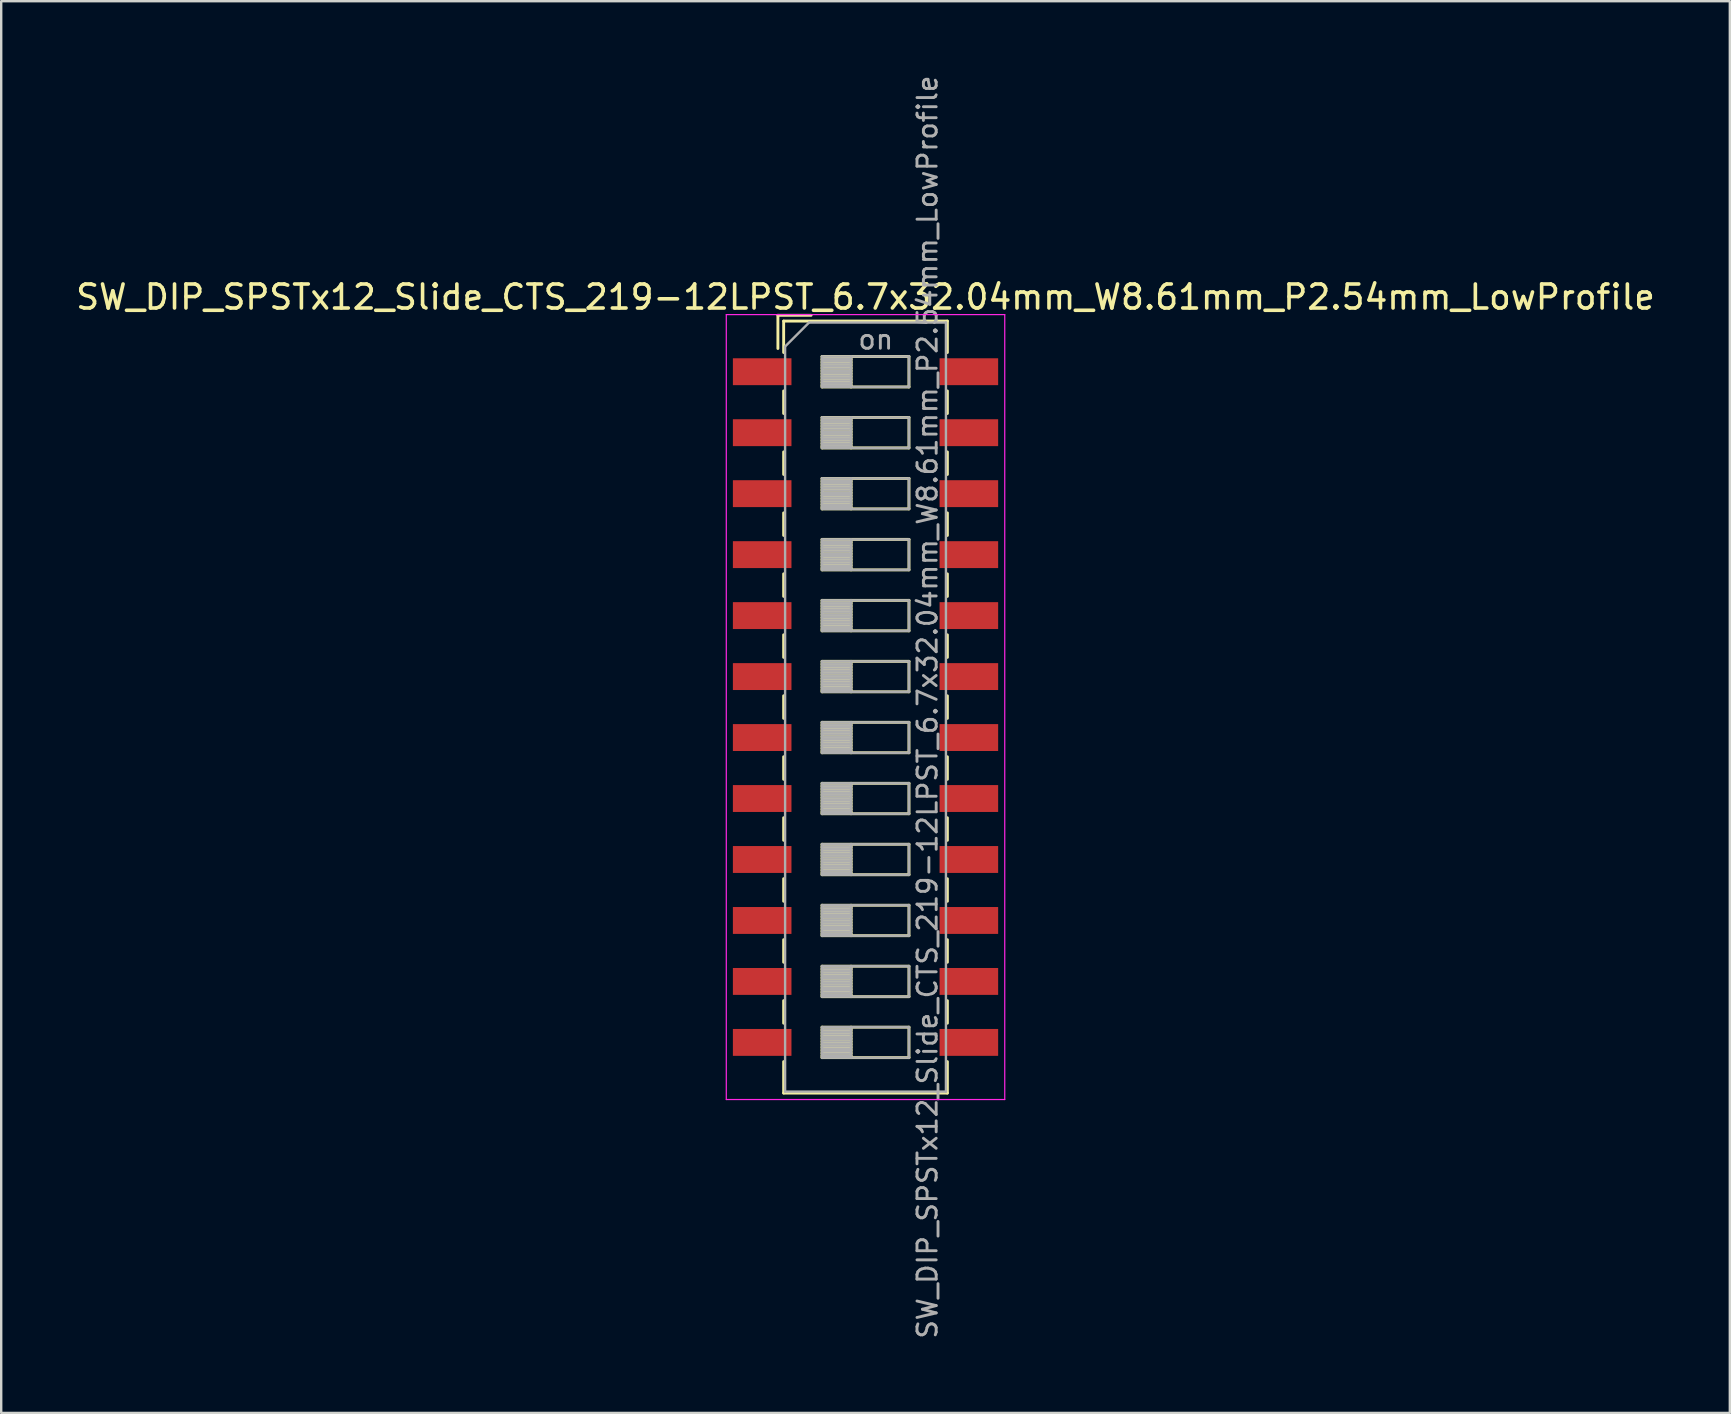
<source format=kicad_pcb>
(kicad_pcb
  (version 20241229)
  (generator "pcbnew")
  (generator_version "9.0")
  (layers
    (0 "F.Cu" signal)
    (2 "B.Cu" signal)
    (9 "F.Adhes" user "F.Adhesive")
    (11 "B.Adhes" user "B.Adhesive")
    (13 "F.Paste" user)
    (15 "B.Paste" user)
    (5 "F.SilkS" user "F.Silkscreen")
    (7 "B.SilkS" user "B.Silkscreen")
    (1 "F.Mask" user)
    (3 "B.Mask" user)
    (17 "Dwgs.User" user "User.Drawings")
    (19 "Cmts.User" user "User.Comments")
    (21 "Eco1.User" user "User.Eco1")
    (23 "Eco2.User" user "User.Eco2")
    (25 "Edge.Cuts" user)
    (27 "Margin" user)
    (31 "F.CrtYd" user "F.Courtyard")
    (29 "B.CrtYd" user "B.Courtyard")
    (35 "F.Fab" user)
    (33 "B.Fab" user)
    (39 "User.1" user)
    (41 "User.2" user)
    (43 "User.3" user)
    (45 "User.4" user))
  (footprint "SW_DIP_SPSTx12_Slide_CTS_219-12LPST_6.7x32.04mm_W8.61mm_P2.54mm_LowProfile"
    (layer "F.Cu")
    (at 33.006 26.405)
    (property "Reference" "SW_DIP_SPSTx12_Slide_CTS_219-12LPST_6.7x32.04mm_W8.61mm_P2.54mm_LowProfile" (at 0 -17.08 0) (layer "F.SilkS") (effects (font (size 1 1) (thickness 0.15))))
    (attr smd)
    (fp_line (start -3.65 -16.32) (end -3.65 -14.937) (stroke (width 0.12) (type solid)) (layer "F.SilkS"))
    (fp_line (start -3.65 -16.32) (end -2.267 -16.32) (stroke (width 0.12) (type solid)) (layer "F.SilkS"))
    (fp_line (start -3.41 -16.08) (end -3.41 -14.77) (stroke (width 0.12) (type solid)) (layer "F.SilkS"))
    (fp_line (start -3.41 -16.08) (end 3.41 -16.08) (stroke (width 0.12) (type solid)) (layer "F.SilkS"))
    (fp_line (start -3.41 -13.17) (end -3.41 -12.23) (stroke (width 0.12) (type solid)) (layer "F.SilkS"))
    (fp_line (start -3.41 -10.63) (end -3.41 -9.69) (stroke (width 0.12) (type solid)) (layer "F.SilkS"))
    (fp_line (start -3.41 -8.09) (end -3.41 -7.15) (stroke (width 0.12) (type solid)) (layer "F.SilkS"))
    (fp_line (start -3.41 -5.55) (end -3.41 -4.61) (stroke (width 0.12) (type solid)) (layer "F.SilkS"))
    (fp_line (start -3.41 -3.01) (end -3.41 -2.07) (stroke (width 0.12) (type solid)) (layer "F.SilkS"))
    (fp_line (start -3.41 -0.47) (end -3.41 0.47) (stroke (width 0.12) (type solid)) (layer "F.SilkS"))
    (fp_line (start -3.41 2.07) (end -3.41 3.01) (stroke (width 0.12) (type solid)) (layer "F.SilkS"))
    (fp_line (start -3.41 4.61) (end -3.41 5.55) (stroke (width 0.12) (type solid)) (layer "F.SilkS"))
    (fp_line (start -3.41 7.15) (end -3.41 8.09) (stroke (width 0.12) (type solid)) (layer "F.SilkS"))
    (fp_line (start -3.41 9.69) (end -3.41 10.63) (stroke (width 0.12) (type solid)) (layer "F.SilkS"))
    (fp_line (start -3.41 12.23) (end -3.41 13.17) (stroke (width 0.12) (type solid)) (layer "F.SilkS"))
    (fp_line (start -3.41 14.77) (end -3.41 16.08) (stroke (width 0.12) (type solid)) (layer "F.SilkS"))
    (fp_line (start -3.41 16.08) (end 3.41 16.08) (stroke (width 0.12) (type solid)) (layer "F.SilkS"))
    (fp_line (start -1.81 -14.605) (end -1.81 -13.335) (stroke (width 0.12) (type solid)) (layer "F.SilkS"))
    (fp_line (start -1.81 -14.485) (end -0.603 -14.485) (stroke (width 0.12) (type solid)) (layer "F.SilkS"))
    (fp_line (start -1.81 -14.365) (end -0.603 -14.365) (stroke (width 0.12) (type solid)) (layer "F.SilkS"))
    (fp_line (start -1.81 -14.245) (end -0.603 -14.245) (stroke (width 0.12) (type solid)) (layer "F.SilkS"))
    (fp_line (start -1.81 -14.125) (end -0.603 -14.125) (stroke (width 0.12) (type solid)) (layer "F.SilkS"))
    (fp_line (start -1.81 -14.005) (end -0.603 -14.005) (stroke (width 0.12) (type solid)) (layer "F.SilkS"))
    (fp_line (start -1.81 -13.885) (end -0.603 -13.885) (stroke (width 0.12) (type solid)) (layer "F.SilkS"))
    (fp_line (start -1.81 -13.765) (end -0.603 -13.765) (stroke (width 0.12) (type solid)) (layer "F.SilkS"))
    (fp_line (start -1.81 -13.645) (end -0.603 -13.645) (stroke (width 0.12) (type solid)) (layer "F.SilkS"))
    (fp_line (start -1.81 -13.525) (end -0.603 -13.525) (stroke (width 0.12) (type solid)) (layer "F.SilkS"))
    (fp_line (start -1.81 -13.405) (end -0.603 -13.405) (stroke (width 0.12) (type solid)) (layer "F.SilkS"))
    (fp_line (start -1.81 -13.335) (end 1.81 -13.335) (stroke (width 0.12) (type solid)) (layer "F.SilkS"))
    (fp_line (start -1.81 -12.065) (end -1.81 -10.795) (stroke (width 0.12) (type solid)) (layer "F.SilkS"))
    (fp_line (start -1.81 -11.945) (end -0.603 -11.945) (stroke (width 0.12) (type solid)) (layer "F.SilkS"))
    (fp_line (start -1.81 -11.825) (end -0.603 -11.825) (stroke (width 0.12) (type solid)) (layer "F.SilkS"))
    (fp_line (start -1.81 -11.705) (end -0.603 -11.705) (stroke (width 0.12) (type solid)) (layer "F.SilkS"))
    (fp_line (start -1.81 -11.585) (end -0.603 -11.585) (stroke (width 0.12) (type solid)) (layer "F.SilkS"))
    (fp_line (start -1.81 -11.465) (end -0.603 -11.465) (stroke (width 0.12) (type solid)) (layer "F.SilkS"))
    (fp_line (start -1.81 -11.345) (end -0.603 -11.345) (stroke (width 0.12) (type solid)) (layer "F.SilkS"))
    (fp_line (start -1.81 -11.225) (end -0.603 -11.225) (stroke (width 0.12) (type solid)) (layer "F.SilkS"))
    (fp_line (start -1.81 -11.105) (end -0.603 -11.105) (stroke (width 0.12) (type solid)) (layer "F.SilkS"))
    (fp_line (start -1.81 -10.985) (end -0.603 -10.985) (stroke (width 0.12) (type solid)) (layer "F.SilkS"))
    (fp_line (start -1.81 -10.865) (end -0.603 -10.865) (stroke (width 0.12) (type solid)) (layer "F.SilkS"))
    (fp_line (start -1.81 -10.795) (end 1.81 -10.795) (stroke (width 0.12) (type solid)) (layer "F.SilkS"))
    (fp_line (start -1.81 -9.525) (end -1.81 -8.255) (stroke (width 0.12) (type solid)) (layer "F.SilkS"))
    (fp_line (start -1.81 -9.405) (end -0.603 -9.405) (stroke (width 0.12) (type solid)) (layer "F.SilkS"))
    (fp_line (start -1.81 -9.285) (end -0.603 -9.285) (stroke (width 0.12) (type solid)) (layer "F.SilkS"))
    (fp_line (start -1.81 -9.165) (end -0.603 -9.165) (stroke (width 0.12) (type solid)) (layer "F.SilkS"))
    (fp_line (start -1.81 -9.045) (end -0.603 -9.045) (stroke (width 0.12) (type solid)) (layer "F.SilkS"))
    (fp_line (start -1.81 -8.925) (end -0.603 -8.925) (stroke (width 0.12) (type solid)) (layer "F.SilkS"))
    (fp_line (start -1.81 -8.805) (end -0.603 -8.805) (stroke (width 0.12) (type solid)) (layer "F.SilkS"))
    (fp_line (start -1.81 -8.685) (end -0.603 -8.685) (stroke (width 0.12) (type solid)) (layer "F.SilkS"))
    (fp_line (start -1.81 -8.565) (end -0.603 -8.565) (stroke (width 0.12) (type solid)) (layer "F.SilkS"))
    (fp_line (start -1.81 -8.445) (end -0.603 -8.445) (stroke (width 0.12) (type solid)) (layer "F.SilkS"))
    (fp_line (start -1.81 -8.325) (end -0.603 -8.325) (stroke (width 0.12) (type solid)) (layer "F.SilkS"))
    (fp_line (start -1.81 -8.255) (end 1.81 -8.255) (stroke (width 0.12) (type solid)) (layer "F.SilkS"))
    (fp_line (start -1.81 -6.985) (end -1.81 -5.715) (stroke (width 0.12) (type solid)) (layer "F.SilkS"))
    (fp_line (start -1.81 -6.865) (end -0.603 -6.865) (stroke (width 0.12) (type solid)) (layer "F.SilkS"))
    (fp_line (start -1.81 -6.745) (end -0.603 -6.745) (stroke (width 0.12) (type solid)) (layer "F.SilkS"))
    (fp_line (start -1.81 -6.625) (end -0.603 -6.625) (stroke (width 0.12) (type solid)) (layer "F.SilkS"))
    (fp_line (start -1.81 -6.505) (end -0.603 -6.505) (stroke (width 0.12) (type solid)) (layer "F.SilkS"))
    (fp_line (start -1.81 -6.385) (end -0.603 -6.385) (stroke (width 0.12) (type solid)) (layer "F.SilkS"))
    (fp_line (start -1.81 -6.265) (end -0.603 -6.265) (stroke (width 0.12) (type solid)) (layer "F.SilkS"))
    (fp_line (start -1.81 -6.145) (end -0.603 -6.145) (stroke (width 0.12) (type solid)) (layer "F.SilkS"))
    (fp_line (start -1.81 -6.025) (end -0.603 -6.025) (stroke (width 0.12) (type solid)) (layer "F.SilkS"))
    (fp_line (start -1.81 -5.905) (end -0.603 -5.905) (stroke (width 0.12) (type solid)) (layer "F.SilkS"))
    (fp_line (start -1.81 -5.785) (end -0.603 -5.785) (stroke (width 0.12) (type solid)) (layer "F.SilkS"))
    (fp_line (start -1.81 -5.715) (end 1.81 -5.715) (stroke (width 0.12) (type solid)) (layer "F.SilkS"))
    (fp_line (start -1.81 -4.445) (end -1.81 -3.175) (stroke (width 0.12) (type solid)) (layer "F.SilkS"))
    (fp_line (start -1.81 -4.325) (end -0.603 -4.325) (stroke (width 0.12) (type solid)) (layer "F.SilkS"))
    (fp_line (start -1.81 -4.205) (end -0.603 -4.205) (stroke (width 0.12) (type solid)) (layer "F.SilkS"))
    (fp_line (start -1.81 -4.085) (end -0.603 -4.085) (stroke (width 0.12) (type solid)) (layer "F.SilkS"))
    (fp_line (start -1.81 -3.965) (end -0.603 -3.965) (stroke (width 0.12) (type solid)) (layer "F.SilkS"))
    (fp_line (start -1.81 -3.845) (end -0.603 -3.845) (stroke (width 0.12) (type solid)) (layer "F.SilkS"))
    (fp_line (start -1.81 -3.725) (end -0.603 -3.725) (stroke (width 0.12) (type solid)) (layer "F.SilkS"))
    (fp_line (start -1.81 -3.605) (end -0.603 -3.605) (stroke (width 0.12) (type solid)) (layer "F.SilkS"))
    (fp_line (start -1.81 -3.485) (end -0.603 -3.485) (stroke (width 0.12) (type solid)) (layer "F.SilkS"))
    (fp_line (start -1.81 -3.365) (end -0.603 -3.365) (stroke (width 0.12) (type solid)) (layer "F.SilkS"))
    (fp_line (start -1.81 -3.245) (end -0.603 -3.245) (stroke (width 0.12) (type solid)) (layer "F.SilkS"))
    (fp_line (start -1.81 -3.175) (end 1.81 -3.175) (stroke (width 0.12) (type solid)) (layer "F.SilkS"))
    (fp_line (start -1.81 -1.905) (end -1.81 -0.635) (stroke (width 0.12) (type solid)) (layer "F.SilkS"))
    (fp_line (start -1.81 -1.785) (end -0.603 -1.785) (stroke (width 0.12) (type solid)) (layer "F.SilkS"))
    (fp_line (start -1.81 -1.665) (end -0.603 -1.665) (stroke (width 0.12) (type solid)) (layer "F.SilkS"))
    (fp_line (start -1.81 -1.545) (end -0.603 -1.545) (stroke (width 0.12) (type solid)) (layer "F.SilkS"))
    (fp_line (start -1.81 -1.425) (end -0.603 -1.425) (stroke (width 0.12) (type solid)) (layer "F.SilkS"))
    (fp_line (start -1.81 -1.305) (end -0.603 -1.305) (stroke (width 0.12) (type solid)) (layer "F.SilkS"))
    (fp_line (start -1.81 -1.185) (end -0.603 -1.185) (stroke (width 0.12) (type solid)) (layer "F.SilkS"))
    (fp_line (start -1.81 -1.065) (end -0.603 -1.065) (stroke (width 0.12) (type solid)) (layer "F.SilkS"))
    (fp_line (start -1.81 -0.945) (end -0.603 -0.945) (stroke (width 0.12) (type solid)) (layer "F.SilkS"))
    (fp_line (start -1.81 -0.825) (end -0.603 -0.825) (stroke (width 0.12) (type solid)) (layer "F.SilkS"))
    (fp_line (start -1.81 -0.705) (end -0.603 -0.705) (stroke (width 0.12) (type solid)) (layer "F.SilkS"))
    (fp_line (start -1.81 -0.635) (end 1.81 -0.635) (stroke (width 0.12) (type solid)) (layer "F.SilkS"))
    (fp_line (start -1.81 0.635) (end -1.81 1.905) (stroke (width 0.12) (type solid)) (layer "F.SilkS"))
    (fp_line (start -1.81 0.755) (end -0.603 0.755) (stroke (width 0.12) (type solid)) (layer "F.SilkS"))
    (fp_line (start -1.81 0.875) (end -0.603 0.875) (stroke (width 0.12) (type solid)) (layer "F.SilkS"))
    (fp_line (start -1.81 0.995) (end -0.603 0.995) (stroke (width 0.12) (type solid)) (layer "F.SilkS"))
    (fp_line (start -1.81 1.115) (end -0.603 1.115) (stroke (width 0.12) (type solid)) (layer "F.SilkS"))
    (fp_line (start -1.81 1.235) (end -0.603 1.235) (stroke (width 0.12) (type solid)) (layer "F.SilkS"))
    (fp_line (start -1.81 1.355) (end -0.603 1.355) (stroke (width 0.12) (type solid)) (layer "F.SilkS"))
    (fp_line (start -1.81 1.475) (end -0.603 1.475) (stroke (width 0.12) (type solid)) (layer "F.SilkS"))
    (fp_line (start -1.81 1.595) (end -0.603 1.595) (stroke (width 0.12) (type solid)) (layer "F.SilkS"))
    (fp_line (start -1.81 1.715) (end -0.603 1.715) (stroke (width 0.12) (type solid)) (layer "F.SilkS"))
    (fp_line (start -1.81 1.835) (end -0.603 1.835) (stroke (width 0.12) (type solid)) (layer "F.SilkS"))
    (fp_line (start -1.81 1.905) (end 1.81 1.905) (stroke (width 0.12) (type solid)) (layer "F.SilkS"))
    (fp_line (start -1.81 3.175) (end -1.81 4.445) (stroke (width 0.12) (type solid)) (layer "F.SilkS"))
    (fp_line (start -1.81 3.295) (end -0.603 3.295) (stroke (width 0.12) (type solid)) (layer "F.SilkS"))
    (fp_line (start -1.81 3.415) (end -0.603 3.415) (stroke (width 0.12) (type solid)) (layer "F.SilkS"))
    (fp_line (start -1.81 3.535) (end -0.603 3.535) (stroke (width 0.12) (type solid)) (layer "F.SilkS"))
    (fp_line (start -1.81 3.655) (end -0.603 3.655) (stroke (width 0.12) (type solid)) (layer "F.SilkS"))
    (fp_line (start -1.81 3.775) (end -0.603 3.775) (stroke (width 0.12) (type solid)) (layer "F.SilkS"))
    (fp_line (start -1.81 3.895) (end -0.603 3.895) (stroke (width 0.12) (type solid)) (layer "F.SilkS"))
    (fp_line (start -1.81 4.015) (end -0.603 4.015) (stroke (width 0.12) (type solid)) (layer "F.SilkS"))
    (fp_line (start -1.81 4.135) (end -0.603 4.135) (stroke (width 0.12) (type solid)) (layer "F.SilkS"))
    (fp_line (start -1.81 4.255) (end -0.603 4.255) (stroke (width 0.12) (type solid)) (layer "F.SilkS"))
    (fp_line (start -1.81 4.375) (end -0.603 4.375) (stroke (width 0.12) (type solid)) (layer "F.SilkS"))
    (fp_line (start -1.81 4.445) (end 1.81 4.445) (stroke (width 0.12) (type solid)) (layer "F.SilkS"))
    (fp_line (start -1.81 5.715) (end -1.81 6.985) (stroke (width 0.12) (type solid)) (layer "F.SilkS"))
    (fp_line (start -1.81 5.835) (end -0.603 5.835) (stroke (width 0.12) (type solid)) (layer "F.SilkS"))
    (fp_line (start -1.81 5.955) (end -0.603 5.955) (stroke (width 0.12) (type solid)) (layer "F.SilkS"))
    (fp_line (start -1.81 6.075) (end -0.603 6.075) (stroke (width 0.12) (type solid)) (layer "F.SilkS"))
    (fp_line (start -1.81 6.195) (end -0.603 6.195) (stroke (width 0.12) (type solid)) (layer "F.SilkS"))
    (fp_line (start -1.81 6.315) (end -0.603 6.315) (stroke (width 0.12) (type solid)) (layer "F.SilkS"))
    (fp_line (start -1.81 6.435) (end -0.603 6.435) (stroke (width 0.12) (type solid)) (layer "F.SilkS"))
    (fp_line (start -1.81 6.555) (end -0.603 6.555) (stroke (width 0.12) (type solid)) (layer "F.SilkS"))
    (fp_line (start -1.81 6.675) (end -0.603 6.675) (stroke (width 0.12) (type solid)) (layer "F.SilkS"))
    (fp_line (start -1.81 6.795) (end -0.603 6.795) (stroke (width 0.12) (type solid)) (layer "F.SilkS"))
    (fp_line (start -1.81 6.915) (end -0.603 6.915) (stroke (width 0.12) (type solid)) (layer "F.SilkS"))
    (fp_line (start -1.81 6.985) (end 1.81 6.985) (stroke (width 0.12) (type solid)) (layer "F.SilkS"))
    (fp_line (start -1.81 8.255) (end -1.81 9.525) (stroke (width 0.12) (type solid)) (layer "F.SilkS"))
    (fp_line (start -1.81 8.375) (end -0.603 8.375) (stroke (width 0.12) (type solid)) (layer "F.SilkS"))
    (fp_line (start -1.81 8.495) (end -0.603 8.495) (stroke (width 0.12) (type solid)) (layer "F.SilkS"))
    (fp_line (start -1.81 8.615) (end -0.603 8.615) (stroke (width 0.12) (type solid)) (layer "F.SilkS"))
    (fp_line (start -1.81 8.735) (end -0.603 8.735) (stroke (width 0.12) (type solid)) (layer "F.SilkS"))
    (fp_line (start -1.81 8.855) (end -0.603 8.855) (stroke (width 0.12) (type solid)) (layer "F.SilkS"))
    (fp_line (start -1.81 8.975) (end -0.603 8.975) (stroke (width 0.12) (type solid)) (layer "F.SilkS"))
    (fp_line (start -1.81 9.095) (end -0.603 9.095) (stroke (width 0.12) (type solid)) (layer "F.SilkS"))
    (fp_line (start -1.81 9.215) (end -0.603 9.215) (stroke (width 0.12) (type solid)) (layer "F.SilkS"))
    (fp_line (start -1.81 9.335) (end -0.603 9.335) (stroke (width 0.12) (type solid)) (layer "F.SilkS"))
    (fp_line (start -1.81 9.455) (end -0.603 9.455) (stroke (width 0.12) (type solid)) (layer "F.SilkS"))
    (fp_line (start -1.81 9.525) (end 1.81 9.525) (stroke (width 0.12) (type solid)) (layer "F.SilkS"))
    (fp_line (start -1.81 10.795) (end -1.81 12.065) (stroke (width 0.12) (type solid)) (layer "F.SilkS"))
    (fp_line (start -1.81 10.915) (end -0.603 10.915) (stroke (width 0.12) (type solid)) (layer "F.SilkS"))
    (fp_line (start -1.81 11.035) (end -0.603 11.035) (stroke (width 0.12) (type solid)) (layer "F.SilkS"))
    (fp_line (start -1.81 11.155) (end -0.603 11.155) (stroke (width 0.12) (type solid)) (layer "F.SilkS"))
    (fp_line (start -1.81 11.275) (end -0.603 11.275) (stroke (width 0.12) (type solid)) (layer "F.SilkS"))
    (fp_line (start -1.81 11.395) (end -0.603 11.395) (stroke (width 0.12) (type solid)) (layer "F.SilkS"))
    (fp_line (start -1.81 11.515) (end -0.603 11.515) (stroke (width 0.12) (type solid)) (layer "F.SilkS"))
    (fp_line (start -1.81 11.635) (end -0.603 11.635) (stroke (width 0.12) (type solid)) (layer "F.SilkS"))
    (fp_line (start -1.81 11.755) (end -0.603 11.755) (stroke (width 0.12) (type solid)) (layer "F.SilkS"))
    (fp_line (start -1.81 11.875) (end -0.603 11.875) (stroke (width 0.12) (type solid)) (layer "F.SilkS"))
    (fp_line (start -1.81 11.995) (end -0.603 11.995) (stroke (width 0.12) (type solid)) (layer "F.SilkS"))
    (fp_line (start -1.81 12.065) (end 1.81 12.065) (stroke (width 0.12) (type solid)) (layer "F.SilkS"))
    (fp_line (start -1.81 13.335) (end -1.81 14.605) (stroke (width 0.12) (type solid)) (layer "F.SilkS"))
    (fp_line (start -1.81 13.455) (end -0.603 13.455) (stroke (width 0.12) (type solid)) (layer "F.SilkS"))
    (fp_line (start -1.81 13.575) (end -0.603 13.575) (stroke (width 0.12) (type solid)) (layer "F.SilkS"))
    (fp_line (start -1.81 13.695) (end -0.603 13.695) (stroke (width 0.12) (type solid)) (layer "F.SilkS"))
    (fp_line (start -1.81 13.815) (end -0.603 13.815) (stroke (width 0.12) (type solid)) (layer "F.SilkS"))
    (fp_line (start -1.81 13.935) (end -0.603 13.935) (stroke (width 0.12) (type solid)) (layer "F.SilkS"))
    (fp_line (start -1.81 14.055) (end -0.603 14.055) (stroke (width 0.12) (type solid)) (layer "F.SilkS"))
    (fp_line (start -1.81 14.175) (end -0.603 14.175) (stroke (width 0.12) (type solid)) (layer "F.SilkS"))
    (fp_line (start -1.81 14.295) (end -0.603 14.295) (stroke (width 0.12) (type solid)) (layer "F.SilkS"))
    (fp_line (start -1.81 14.415) (end -0.603 14.415) (stroke (width 0.12) (type solid)) (layer "F.SilkS"))
    (fp_line (start -1.81 14.535) (end -0.603 14.535) (stroke (width 0.12) (type solid)) (layer "F.SilkS"))
    (fp_line (start -1.81 14.605) (end 1.81 14.605) (stroke (width 0.12) (type solid)) (layer "F.SilkS"))
    (fp_line (start -0.603 -14.605) (end -0.603 -13.335) (stroke (width 0.12) (type solid)) (layer "F.SilkS"))
    (fp_line (start -0.603 -12.065) (end -0.603 -10.795) (stroke (width 0.12) (type solid)) (layer "F.SilkS"))
    (fp_line (start -0.603 -9.525) (end -0.603 -8.255) (stroke (width 0.12) (type solid)) (layer "F.SilkS"))
    (fp_line (start -0.603 -6.985) (end -0.603 -5.715) (stroke (width 0.12) (type solid)) (layer "F.SilkS"))
    (fp_line (start -0.603 -4.445) (end -0.603 -3.175) (stroke (width 0.12) (type solid)) (layer "F.SilkS"))
    (fp_line (start -0.603 -1.905) (end -0.603 -0.635) (stroke (width 0.12) (type solid)) (layer "F.SilkS"))
    (fp_line (start -0.603 0.635) (end -0.603 1.905) (stroke (width 0.12) (type solid)) (layer "F.SilkS"))
    (fp_line (start -0.603 3.175) (end -0.603 4.445) (stroke (width 0.12) (type solid)) (layer "F.SilkS"))
    (fp_line (start -0.603 5.715) (end -0.603 6.985) (stroke (width 0.12) (type solid)) (layer "F.SilkS"))
    (fp_line (start -0.603 8.255) (end -0.603 9.525) (stroke (width 0.12) (type solid)) (layer "F.SilkS"))
    (fp_line (start -0.603 10.795) (end -0.603 12.065) (stroke (width 0.12) (type solid)) (layer "F.SilkS"))
    (fp_line (start -0.603 13.335) (end -0.603 14.605) (stroke (width 0.12) (type solid)) (layer "F.SilkS"))
    (fp_line (start 1.81 -14.605) (end -1.81 -14.605) (stroke (width 0.12) (type solid)) (layer "F.SilkS"))
    (fp_line (start 1.81 -13.335) (end 1.81 -14.605) (stroke (width 0.12) (type solid)) (layer "F.SilkS"))
    (fp_line (start 1.81 -12.065) (end -1.81 -12.065) (stroke (width 0.12) (type solid)) (layer "F.SilkS"))
    (fp_line (start 1.81 -10.795) (end 1.81 -12.065) (stroke (width 0.12) (type solid)) (layer "F.SilkS"))
    (fp_line (start 1.81 -9.525) (end -1.81 -9.525) (stroke (width 0.12) (type solid)) (layer "F.SilkS"))
    (fp_line (start 1.81 -8.255) (end 1.81 -9.525) (stroke (width 0.12) (type solid)) (layer "F.SilkS"))
    (fp_line (start 1.81 -6.985) (end -1.81 -6.985) (stroke (width 0.12) (type solid)) (layer "F.SilkS"))
    (fp_line (start 1.81 -5.715) (end 1.81 -6.985) (stroke (width 0.12) (type solid)) (layer "F.SilkS"))
    (fp_line (start 1.81 -4.445) (end -1.81 -4.445) (stroke (width 0.12) (type solid)) (layer "F.SilkS"))
    (fp_line (start 1.81 -3.175) (end 1.81 -4.445) (stroke (width 0.12) (type solid)) (layer "F.SilkS"))
    (fp_line (start 1.81 -1.905) (end -1.81 -1.905) (stroke (width 0.12) (type solid)) (layer "F.SilkS"))
    (fp_line (start 1.81 -0.635) (end 1.81 -1.905) (stroke (width 0.12) (type solid)) (layer "F.SilkS"))
    (fp_line (start 1.81 0.635) (end -1.81 0.635) (stroke (width 0.12) (type solid)) (layer "F.SilkS"))
    (fp_line (start 1.81 1.905) (end 1.81 0.635) (stroke (width 0.12) (type solid)) (layer "F.SilkS"))
    (fp_line (start 1.81 3.175) (end -1.81 3.175) (stroke (width 0.12) (type solid)) (layer "F.SilkS"))
    (fp_line (start 1.81 4.445) (end 1.81 3.175) (stroke (width 0.12) (type solid)) (layer "F.SilkS"))
    (fp_line (start 1.81 5.715) (end -1.81 5.715) (stroke (width 0.12) (type solid)) (layer "F.SilkS"))
    (fp_line (start 1.81 6.985) (end 1.81 5.715) (stroke (width 0.12) (type solid)) (layer "F.SilkS"))
    (fp_line (start 1.81 8.255) (end -1.81 8.255) (stroke (width 0.12) (type solid)) (layer "F.SilkS"))
    (fp_line (start 1.81 9.525) (end 1.81 8.255) (stroke (width 0.12) (type solid)) (layer "F.SilkS"))
    (fp_line (start 1.81 10.795) (end -1.81 10.795) (stroke (width 0.12) (type solid)) (layer "F.SilkS"))
    (fp_line (start 1.81 12.065) (end 1.81 10.795) (stroke (width 0.12) (type solid)) (layer "F.SilkS"))
    (fp_line (start 1.81 13.335) (end -1.81 13.335) (stroke (width 0.12) (type solid)) (layer "F.SilkS"))
    (fp_line (start 1.81 14.605) (end 1.81 13.335) (stroke (width 0.12) (type solid)) (layer "F.SilkS"))
    (fp_line (start 3.41 -16.08) (end 3.41 -14.77) (stroke (width 0.12) (type solid)) (layer "F.SilkS"))
    (fp_line (start 3.41 -13.169) (end 3.41 -12.229) (stroke (width 0.12) (type solid)) (layer "F.SilkS"))
    (fp_line (start 3.41 -10.629) (end 3.41 -9.689) (stroke (width 0.12) (type solid)) (layer "F.SilkS"))
    (fp_line (start 3.41 -8.089) (end 3.41 -7.149) (stroke (width 0.12) (type solid)) (layer "F.SilkS"))
    (fp_line (start 3.41 -5.549) (end 3.41 -4.609) (stroke (width 0.12) (type solid)) (layer "F.SilkS"))
    (fp_line (start 3.41 -3.009) (end 3.41 -2.069) (stroke (width 0.12) (type solid)) (layer "F.SilkS"))
    (fp_line (start 3.41 -0.469) (end 3.41 0.471) (stroke (width 0.12) (type solid)) (layer "F.SilkS"))
    (fp_line (start 3.41 2.071) (end 3.41 3.011) (stroke (width 0.12) (type solid)) (layer "F.SilkS"))
    (fp_line (start 3.41 4.611) (end 3.41 5.551) (stroke (width 0.12) (type solid)) (layer "F.SilkS"))
    (fp_line (start 3.41 7.151) (end 3.41 8.09) (stroke (width 0.12) (type solid)) (layer "F.SilkS"))
    (fp_line (start 3.41 9.691) (end 3.41 10.63) (stroke (width 0.12) (type solid)) (layer "F.SilkS"))
    (fp_line (start 3.41 12.231) (end 3.41 13.17) (stroke (width 0.12) (type solid)) (layer "F.SilkS"))
    (fp_line (start 3.41 14.77) (end 3.41 16.08) (stroke (width 0.12) (type solid)) (layer "F.SilkS"))
    (fp_line (start -5.8 -16.35) (end -5.8 16.35) (stroke (width 0.05) (type solid)) (layer "F.CrtYd"))
    (fp_line (start -5.8 16.35) (end 5.8 16.35) (stroke (width 0.05) (type solid)) (layer "F.CrtYd"))
    (fp_line (start 5.8 -16.35) (end -5.8 -16.35) (stroke (width 0.05) (type solid)) (layer "F.CrtYd"))
    (fp_line (start 5.8 16.35) (end 5.8 -16.35) (stroke (width 0.05) (type solid)) (layer "F.CrtYd"))
    (fp_line (start -3.35 -15.02) (end -2.35 -16.02) (stroke (width 0.1) (type solid)) (layer "F.Fab"))
    (fp_line (start -3.35 16.02) (end -3.35 -15.02) (stroke (width 0.1) (type solid)) (layer "F.Fab"))
    (fp_line (start -2.35 -16.02) (end 3.35 -16.02) (stroke (width 0.1) (type solid)) (layer "F.Fab"))
    (fp_line (start -1.81 -14.605) (end -1.81 -13.335) (stroke (width 0.1) (type solid)) (layer "F.Fab"))
    (fp_line (start -1.81 -14.505) (end -0.603 -14.505) (stroke (width 0.1) (type solid)) (layer "F.Fab"))
    (fp_line (start -1.81 -14.405) (end -0.603 -14.405) (stroke (width 0.1) (type solid)) (layer "F.Fab"))
    (fp_line (start -1.81 -14.305) (end -0.603 -14.305) (stroke (width 0.1) (type solid)) (layer "F.Fab"))
    (fp_line (start -1.81 -14.205) (end -0.603 -14.205) (stroke (width 0.1) (type solid)) (layer "F.Fab"))
    (fp_line (start -1.81 -14.105) (end -0.603 -14.105) (stroke (width 0.1) (type solid)) (layer "F.Fab"))
    (fp_line (start -1.81 -14.005) (end -0.603 -14.005) (stroke (width 0.1) (type solid)) (layer "F.Fab"))
    (fp_line (start -1.81 -13.905) (end -0.603 -13.905) (stroke (width 0.1) (type solid)) (layer "F.Fab"))
    (fp_line (start -1.81 -13.805) (end -0.603 -13.805) (stroke (width 0.1) (type solid)) (layer "F.Fab"))
    (fp_line (start -1.81 -13.705) (end -0.603 -13.705) (stroke (width 0.1) (type solid)) (layer "F.Fab"))
    (fp_line (start -1.81 -13.605) (end -0.603 -13.605) (stroke (width 0.1) (type solid)) (layer "F.Fab"))
    (fp_line (start -1.81 -13.505) (end -0.603 -13.505) (stroke (width 0.1) (type solid)) (layer "F.Fab"))
    (fp_line (start -1.81 -13.405) (end -0.603 -13.405) (stroke (width 0.1) (type solid)) (layer "F.Fab"))
    (fp_line (start -1.81 -13.335) (end 1.81 -13.335) (stroke (width 0.1) (type solid)) (layer "F.Fab"))
    (fp_line (start -1.81 -12.065) (end -1.81 -10.795) (stroke (width 0.1) (type solid)) (layer "F.Fab"))
    (fp_line (start -1.81 -11.965) (end -0.603 -11.965) (stroke (width 0.1) (type solid)) (layer "F.Fab"))
    (fp_line (start -1.81 -11.865) (end -0.603 -11.865) (stroke (width 0.1) (type solid)) (layer "F.Fab"))
    (fp_line (start -1.81 -11.765) (end -0.603 -11.765) (stroke (width 0.1) (type solid)) (layer "F.Fab"))
    (fp_line (start -1.81 -11.665) (end -0.603 -11.665) (stroke (width 0.1) (type solid)) (layer "F.Fab"))
    (fp_line (start -1.81 -11.565) (end -0.603 -11.565) (stroke (width 0.1) (type solid)) (layer "F.Fab"))
    (fp_line (start -1.81 -11.465) (end -0.603 -11.465) (stroke (width 0.1) (type solid)) (layer "F.Fab"))
    (fp_line (start -1.81 -11.365) (end -0.603 -11.365) (stroke (width 0.1) (type solid)) (layer "F.Fab"))
    (fp_line (start -1.81 -11.265) (end -0.603 -11.265) (stroke (width 0.1) (type solid)) (layer "F.Fab"))
    (fp_line (start -1.81 -11.165) (end -0.603 -11.165) (stroke (width 0.1) (type solid)) (layer "F.Fab"))
    (fp_line (start -1.81 -11.065) (end -0.603 -11.065) (stroke (width 0.1) (type solid)) (layer "F.Fab"))
    (fp_line (start -1.81 -10.965) (end -0.603 -10.965) (stroke (width 0.1) (type solid)) (layer "F.Fab"))
    (fp_line (start -1.81 -10.865) (end -0.603 -10.865) (stroke (width 0.1) (type solid)) (layer "F.Fab"))
    (fp_line (start -1.81 -10.795) (end 1.81 -10.795) (stroke (width 0.1) (type solid)) (layer "F.Fab"))
    (fp_line (start -1.81 -9.525) (end -1.81 -8.255) (stroke (width 0.1) (type solid)) (layer "F.Fab"))
    (fp_line (start -1.81 -9.425) (end -0.603 -9.425) (stroke (width 0.1) (type solid)) (layer "F.Fab"))
    (fp_line (start -1.81 -9.325) (end -0.603 -9.325) (stroke (width 0.1) (type solid)) (layer "F.Fab"))
    (fp_line (start -1.81 -9.225) (end -0.603 -9.225) (stroke (width 0.1) (type solid)) (layer "F.Fab"))
    (fp_line (start -1.81 -9.125) (end -0.603 -9.125) (stroke (width 0.1) (type solid)) (layer "F.Fab"))
    (fp_line (start -1.81 -9.025) (end -0.603 -9.025) (stroke (width 0.1) (type solid)) (layer "F.Fab"))
    (fp_line (start -1.81 -8.925) (end -0.603 -8.925) (stroke (width 0.1) (type solid)) (layer "F.Fab"))
    (fp_line (start -1.81 -8.825) (end -0.603 -8.825) (stroke (width 0.1) (type solid)) (layer "F.Fab"))
    (fp_line (start -1.81 -8.725) (end -0.603 -8.725) (stroke (width 0.1) (type solid)) (layer "F.Fab"))
    (fp_line (start -1.81 -8.625) (end -0.603 -8.625) (stroke (width 0.1) (type solid)) (layer "F.Fab"))
    (fp_line (start -1.81 -8.525) (end -0.603 -8.525) (stroke (width 0.1) (type solid)) (layer "F.Fab"))
    (fp_line (start -1.81 -8.425) (end -0.603 -8.425) (stroke (width 0.1) (type solid)) (layer "F.Fab"))
    (fp_line (start -1.81 -8.325) (end -0.603 -8.325) (stroke (width 0.1) (type solid)) (layer "F.Fab"))
    (fp_line (start -1.81 -8.255) (end 1.81 -8.255) (stroke (width 0.1) (type solid)) (layer "F.Fab"))
    (fp_line (start -1.81 -6.985) (end -1.81 -5.715) (stroke (width 0.1) (type solid)) (layer "F.Fab"))
    (fp_line (start -1.81 -6.885) (end -0.603 -6.885) (stroke (width 0.1) (type solid)) (layer "F.Fab"))
    (fp_line (start -1.81 -6.785) (end -0.603 -6.785) (stroke (width 0.1) (type solid)) (layer "F.Fab"))
    (fp_line (start -1.81 -6.685) (end -0.603 -6.685) (stroke (width 0.1) (type solid)) (layer "F.Fab"))
    (fp_line (start -1.81 -6.585) (end -0.603 -6.585) (stroke (width 0.1) (type solid)) (layer "F.Fab"))
    (fp_line (start -1.81 -6.485) (end -0.603 -6.485) (stroke (width 0.1) (type solid)) (layer "F.Fab"))
    (fp_line (start -1.81 -6.385) (end -0.603 -6.385) (stroke (width 0.1) (type solid)) (layer "F.Fab"))
    (fp_line (start -1.81 -6.285) (end -0.603 -6.285) (stroke (width 0.1) (type solid)) (layer "F.Fab"))
    (fp_line (start -1.81 -6.185) (end -0.603 -6.185) (stroke (width 0.1) (type solid)) (layer "F.Fab"))
    (fp_line (start -1.81 -6.085) (end -0.603 -6.085) (stroke (width 0.1) (type solid)) (layer "F.Fab"))
    (fp_line (start -1.81 -5.985) (end -0.603 -5.985) (stroke (width 0.1) (type solid)) (layer "F.Fab"))
    (fp_line (start -1.81 -5.885) (end -0.603 -5.885) (stroke (width 0.1) (type solid)) (layer "F.Fab"))
    (fp_line (start -1.81 -5.785) (end -0.603 -5.785) (stroke (width 0.1) (type solid)) (layer "F.Fab"))
    (fp_line (start -1.81 -5.715) (end 1.81 -5.715) (stroke (width 0.1) (type solid)) (layer "F.Fab"))
    (fp_line (start -1.81 -4.445) (end -1.81 -3.175) (stroke (width 0.1) (type solid)) (layer "F.Fab"))
    (fp_line (start -1.81 -4.345) (end -0.603 -4.345) (stroke (width 0.1) (type solid)) (layer "F.Fab"))
    (fp_line (start -1.81 -4.245) (end -0.603 -4.245) (stroke (width 0.1) (type solid)) (layer "F.Fab"))
    (fp_line (start -1.81 -4.145) (end -0.603 -4.145) (stroke (width 0.1) (type solid)) (layer "F.Fab"))
    (fp_line (start -1.81 -4.045) (end -0.603 -4.045) (stroke (width 0.1) (type solid)) (layer "F.Fab"))
    (fp_line (start -1.81 -3.945) (end -0.603 -3.945) (stroke (width 0.1) (type solid)) (layer "F.Fab"))
    (fp_line (start -1.81 -3.845) (end -0.603 -3.845) (stroke (width 0.1) (type solid)) (layer "F.Fab"))
    (fp_line (start -1.81 -3.745) (end -0.603 -3.745) (stroke (width 0.1) (type solid)) (layer "F.Fab"))
    (fp_line (start -1.81 -3.645) (end -0.603 -3.645) (stroke (width 0.1) (type solid)) (layer "F.Fab"))
    (fp_line (start -1.81 -3.545) (end -0.603 -3.545) (stroke (width 0.1) (type solid)) (layer "F.Fab"))
    (fp_line (start -1.81 -3.445) (end -0.603 -3.445) (stroke (width 0.1) (type solid)) (layer "F.Fab"))
    (fp_line (start -1.81 -3.345) (end -0.603 -3.345) (stroke (width 0.1) (type solid)) (layer "F.Fab"))
    (fp_line (start -1.81 -3.245) (end -0.603 -3.245) (stroke (width 0.1) (type solid)) (layer "F.Fab"))
    (fp_line (start -1.81 -3.175) (end 1.81 -3.175) (stroke (width 0.1) (type solid)) (layer "F.Fab"))
    (fp_line (start -1.81 -1.905) (end -1.81 -0.635) (stroke (width 0.1) (type solid)) (layer "F.Fab"))
    (fp_line (start -1.81 -1.805) (end -0.603 -1.805) (stroke (width 0.1) (type solid)) (layer "F.Fab"))
    (fp_line (start -1.81 -1.705) (end -0.603 -1.705) (stroke (width 0.1) (type solid)) (layer "F.Fab"))
    (fp_line (start -1.81 -1.605) (end -0.603 -1.605) (stroke (width 0.1) (type solid)) (layer "F.Fab"))
    (fp_line (start -1.81 -1.505) (end -0.603 -1.505) (stroke (width 0.1) (type solid)) (layer "F.Fab"))
    (fp_line (start -1.81 -1.405) (end -0.603 -1.405) (stroke (width 0.1) (type solid)) (layer "F.Fab"))
    (fp_line (start -1.81 -1.305) (end -0.603 -1.305) (stroke (width 0.1) (type solid)) (layer "F.Fab"))
    (fp_line (start -1.81 -1.205) (end -0.603 -1.205) (stroke (width 0.1) (type solid)) (layer "F.Fab"))
    (fp_line (start -1.81 -1.105) (end -0.603 -1.105) (stroke (width 0.1) (type solid)) (layer "F.Fab"))
    (fp_line (start -1.81 -1.005) (end -0.603 -1.005) (stroke (width 0.1) (type solid)) (layer "F.Fab"))
    (fp_line (start -1.81 -0.905) (end -0.603 -0.905) (stroke (width 0.1) (type solid)) (layer "F.Fab"))
    (fp_line (start -1.81 -0.805) (end -0.603 -0.805) (stroke (width 0.1) (type solid)) (layer "F.Fab"))
    (fp_line (start -1.81 -0.705) (end -0.603 -0.705) (stroke (width 0.1) (type solid)) (layer "F.Fab"))
    (fp_line (start -1.81 -0.635) (end 1.81 -0.635) (stroke (width 0.1) (type solid)) (layer "F.Fab"))
    (fp_line (start -1.81 0.635) (end -1.81 1.905) (stroke (width 0.1) (type solid)) (layer "F.Fab"))
    (fp_line (start -1.81 0.735) (end -0.603 0.735) (stroke (width 0.1) (type solid)) (layer "F.Fab"))
    (fp_line (start -1.81 0.835) (end -0.603 0.835) (stroke (width 0.1) (type solid)) (layer "F.Fab"))
    (fp_line (start -1.81 0.935) (end -0.603 0.935) (stroke (width 0.1) (type solid)) (layer "F.Fab"))
    (fp_line (start -1.81 1.035) (end -0.603 1.035) (stroke (width 0.1) (type solid)) (layer "F.Fab"))
    (fp_line (start -1.81 1.135) (end -0.603 1.135) (stroke (width 0.1) (type solid)) (layer "F.Fab"))
    (fp_line (start -1.81 1.235) (end -0.603 1.235) (stroke (width 0.1) (type solid)) (layer "F.Fab"))
    (fp_line (start -1.81 1.335) (end -0.603 1.335) (stroke (width 0.1) (type solid)) (layer "F.Fab"))
    (fp_line (start -1.81 1.435) (end -0.603 1.435) (stroke (width 0.1) (type solid)) (layer "F.Fab"))
    (fp_line (start -1.81 1.535) (end -0.603 1.535) (stroke (width 0.1) (type solid)) (layer "F.Fab"))
    (fp_line (start -1.81 1.635) (end -0.603 1.635) (stroke (width 0.1) (type solid)) (layer "F.Fab"))
    (fp_line (start -1.81 1.735) (end -0.603 1.735) (stroke (width 0.1) (type solid)) (layer "F.Fab"))
    (fp_line (start -1.81 1.835) (end -0.603 1.835) (stroke (width 0.1) (type solid)) (layer "F.Fab"))
    (fp_line (start -1.81 1.905) (end 1.81 1.905) (stroke (width 0.1) (type solid)) (layer "F.Fab"))
    (fp_line (start -1.81 3.175) (end -1.81 4.445) (stroke (width 0.1) (type solid)) (layer "F.Fab"))
    (fp_line (start -1.81 3.275) (end -0.603 3.275) (stroke (width 0.1) (type solid)) (layer "F.Fab"))
    (fp_line (start -1.81 3.375) (end -0.603 3.375) (stroke (width 0.1) (type solid)) (layer "F.Fab"))
    (fp_line (start -1.81 3.475) (end -0.603 3.475) (stroke (width 0.1) (type solid)) (layer "F.Fab"))
    (fp_line (start -1.81 3.575) (end -0.603 3.575) (stroke (width 0.1) (type solid)) (layer "F.Fab"))
    (fp_line (start -1.81 3.675) (end -0.603 3.675) (stroke (width 0.1) (type solid)) (layer "F.Fab"))
    (fp_line (start -1.81 3.775) (end -0.603 3.775) (stroke (width 0.1) (type solid)) (layer "F.Fab"))
    (fp_line (start -1.81 3.875) (end -0.603 3.875) (stroke (width 0.1) (type solid)) (layer "F.Fab"))
    (fp_line (start -1.81 3.975) (end -0.603 3.975) (stroke (width 0.1) (type solid)) (layer "F.Fab"))
    (fp_line (start -1.81 4.075) (end -0.603 4.075) (stroke (width 0.1) (type solid)) (layer "F.Fab"))
    (fp_line (start -1.81 4.175) (end -0.603 4.175) (stroke (width 0.1) (type solid)) (layer "F.Fab"))
    (fp_line (start -1.81 4.275) (end -0.603 4.275) (stroke (width 0.1) (type solid)) (layer "F.Fab"))
    (fp_line (start -1.81 4.375) (end -0.603 4.375) (stroke (width 0.1) (type solid)) (layer "F.Fab"))
    (fp_line (start -1.81 4.445) (end 1.81 4.445) (stroke (width 0.1) (type solid)) (layer "F.Fab"))
    (fp_line (start -1.81 5.715) (end -1.81 6.985) (stroke (width 0.1) (type solid)) (layer "F.Fab"))
    (fp_line (start -1.81 5.815) (end -0.603 5.815) (stroke (width 0.1) (type solid)) (layer "F.Fab"))
    (fp_line (start -1.81 5.915) (end -0.603 5.915) (stroke (width 0.1) (type solid)) (layer "F.Fab"))
    (fp_line (start -1.81 6.015) (end -0.603 6.015) (stroke (width 0.1) (type solid)) (layer "F.Fab"))
    (fp_line (start -1.81 6.115) (end -0.603 6.115) (stroke (width 0.1) (type solid)) (layer "F.Fab"))
    (fp_line (start -1.81 6.215) (end -0.603 6.215) (stroke (width 0.1) (type solid)) (layer "F.Fab"))
    (fp_line (start -1.81 6.315) (end -0.603 6.315) (stroke (width 0.1) (type solid)) (layer "F.Fab"))
    (fp_line (start -1.81 6.415) (end -0.603 6.415) (stroke (width 0.1) (type solid)) (layer "F.Fab"))
    (fp_line (start -1.81 6.515) (end -0.603 6.515) (stroke (width 0.1) (type solid)) (layer "F.Fab"))
    (fp_line (start -1.81 6.615) (end -0.603 6.615) (stroke (width 0.1) (type solid)) (layer "F.Fab"))
    (fp_line (start -1.81 6.715) (end -0.603 6.715) (stroke (width 0.1) (type solid)) (layer "F.Fab"))
    (fp_line (start -1.81 6.815) (end -0.603 6.815) (stroke (width 0.1) (type solid)) (layer "F.Fab"))
    (fp_line (start -1.81 6.915) (end -0.603 6.915) (stroke (width 0.1) (type solid)) (layer "F.Fab"))
    (fp_line (start -1.81 6.985) (end 1.81 6.985) (stroke (width 0.1) (type solid)) (layer "F.Fab"))
    (fp_line (start -1.81 8.255) (end -1.81 9.525) (stroke (width 0.1) (type solid)) (layer "F.Fab"))
    (fp_line (start -1.81 8.355) (end -0.603 8.355) (stroke (width 0.1) (type solid)) (layer "F.Fab"))
    (fp_line (start -1.81 8.455) (end -0.603 8.455) (stroke (width 0.1) (type solid)) (layer "F.Fab"))
    (fp_line (start -1.81 8.555) (end -0.603 8.555) (stroke (width 0.1) (type solid)) (layer "F.Fab"))
    (fp_line (start -1.81 8.655) (end -0.603 8.655) (stroke (width 0.1) (type solid)) (layer "F.Fab"))
    (fp_line (start -1.81 8.755) (end -0.603 8.755) (stroke (width 0.1) (type solid)) (layer "F.Fab"))
    (fp_line (start -1.81 8.855) (end -0.603 8.855) (stroke (width 0.1) (type solid)) (layer "F.Fab"))
    (fp_line (start -1.81 8.955) (end -0.603 8.955) (stroke (width 0.1) (type solid)) (layer "F.Fab"))
    (fp_line (start -1.81 9.055) (end -0.603 9.055) (stroke (width 0.1) (type solid)) (layer "F.Fab"))
    (fp_line (start -1.81 9.155) (end -0.603 9.155) (stroke (width 0.1) (type solid)) (layer "F.Fab"))
    (fp_line (start -1.81 9.255) (end -0.603 9.255) (stroke (width 0.1) (type solid)) (layer "F.Fab"))
    (fp_line (start -1.81 9.355) (end -0.603 9.355) (stroke (width 0.1) (type solid)) (layer "F.Fab"))
    (fp_line (start -1.81 9.455) (end -0.603 9.455) (stroke (width 0.1) (type solid)) (layer "F.Fab"))
    (fp_line (start -1.81 9.525) (end 1.81 9.525) (stroke (width 0.1) (type solid)) (layer "F.Fab"))
    (fp_line (start -1.81 10.795) (end -1.81 12.065) (stroke (width 0.1) (type solid)) (layer "F.Fab"))
    (fp_line (start -1.81 10.895) (end -0.603 10.895) (stroke (width 0.1) (type solid)) (layer "F.Fab"))
    (fp_line (start -1.81 10.995) (end -0.603 10.995) (stroke (width 0.1) (type solid)) (layer "F.Fab"))
    (fp_line (start -1.81 11.095) (end -0.603 11.095) (stroke (width 0.1) (type solid)) (layer "F.Fab"))
    (fp_line (start -1.81 11.195) (end -0.603 11.195) (stroke (width 0.1) (type solid)) (layer "F.Fab"))
    (fp_line (start -1.81 11.295) (end -0.603 11.295) (stroke (width 0.1) (type solid)) (layer "F.Fab"))
    (fp_line (start -1.81 11.395) (end -0.603 11.395) (stroke (width 0.1) (type solid)) (layer "F.Fab"))
    (fp_line (start -1.81 11.495) (end -0.603 11.495) (stroke (width 0.1) (type solid)) (layer "F.Fab"))
    (fp_line (start -1.81 11.595) (end -0.603 11.595) (stroke (width 0.1) (type solid)) (layer "F.Fab"))
    (fp_line (start -1.81 11.695) (end -0.603 11.695) (stroke (width 0.1) (type solid)) (layer "F.Fab"))
    (fp_line (start -1.81 11.795) (end -0.603 11.795) (stroke (width 0.1) (type solid)) (layer "F.Fab"))
    (fp_line (start -1.81 11.895) (end -0.603 11.895) (stroke (width 0.1) (type solid)) (layer "F.Fab"))
    (fp_line (start -1.81 11.995) (end -0.603 11.995) (stroke (width 0.1) (type solid)) (layer "F.Fab"))
    (fp_line (start -1.81 12.065) (end 1.81 12.065) (stroke (width 0.1) (type solid)) (layer "F.Fab"))
    (fp_line (start -1.81 13.335) (end -1.81 14.605) (stroke (width 0.1) (type solid)) (layer "F.Fab"))
    (fp_line (start -1.81 13.435) (end -0.603 13.435) (stroke (width 0.1) (type solid)) (layer "F.Fab"))
    (fp_line (start -1.81 13.535) (end -0.603 13.535) (stroke (width 0.1) (type solid)) (layer "F.Fab"))
    (fp_line (start -1.81 13.635) (end -0.603 13.635) (stroke (width 0.1) (type solid)) (layer "F.Fab"))
    (fp_line (start -1.81 13.735) (end -0.603 13.735) (stroke (width 0.1) (type solid)) (layer "F.Fab"))
    (fp_line (start -1.81 13.835) (end -0.603 13.835) (stroke (width 0.1) (type solid)) (layer "F.Fab"))
    (fp_line (start -1.81 13.935) (end -0.603 13.935) (stroke (width 0.1) (type solid)) (layer "F.Fab"))
    (fp_line (start -1.81 14.035) (end -0.603 14.035) (stroke (width 0.1) (type solid)) (layer "F.Fab"))
    (fp_line (start -1.81 14.135) (end -0.603 14.135) (stroke (width 0.1) (type solid)) (layer "F.Fab"))
    (fp_line (start -1.81 14.235) (end -0.603 14.235) (stroke (width 0.1) (type solid)) (layer "F.Fab"))
    (fp_line (start -1.81 14.335) (end -0.603 14.335) (stroke (width 0.1) (type solid)) (layer "F.Fab"))
    (fp_line (start -1.81 14.435) (end -0.603 14.435) (stroke (width 0.1) (type solid)) (layer "F.Fab"))
    (fp_line (start -1.81 14.535) (end -0.603 14.535) (stroke (width 0.1) (type solid)) (layer "F.Fab"))
    (fp_line (start -1.81 14.605) (end 1.81 14.605) (stroke (width 0.1) (type solid)) (layer "F.Fab"))
    (fp_line (start -0.603 -14.605) (end -0.603 -13.335) (stroke (width 0.1) (type solid)) (layer "F.Fab"))
    (fp_line (start -0.603 -12.065) (end -0.603 -10.795) (stroke (width 0.1) (type solid)) (layer "F.Fab"))
    (fp_line (start -0.603 -9.525) (end -0.603 -8.255) (stroke (width 0.1) (type solid)) (layer "F.Fab"))
    (fp_line (start -0.603 -6.985) (end -0.603 -5.715) (stroke (width 0.1) (type solid)) (layer "F.Fab"))
    (fp_line (start -0.603 -4.445) (end -0.603 -3.175) (stroke (width 0.1) (type solid)) (layer "F.Fab"))
    (fp_line (start -0.603 -1.905) (end -0.603 -0.635) (stroke (width 0.1) (type solid)) (layer "F.Fab"))
    (fp_line (start -0.603 0.635) (end -0.603 1.905) (stroke (width 0.1) (type solid)) (layer "F.Fab"))
    (fp_line (start -0.603 3.175) (end -0.603 4.445) (stroke (width 0.1) (type solid)) (layer "F.Fab"))
    (fp_line (start -0.603 5.715) (end -0.603 6.985) (stroke (width 0.1) (type solid)) (layer "F.Fab"))
    (fp_line (start -0.603 8.255) (end -0.603 9.525) (stroke (width 0.1) (type solid)) (layer "F.Fab"))
    (fp_line (start -0.603 10.795) (end -0.603 12.065) (stroke (width 0.1) (type solid)) (layer "F.Fab"))
    (fp_line (start -0.603 13.335) (end -0.603 14.605) (stroke (width 0.1) (type solid)) (layer "F.Fab"))
    (fp_line (start 1.81 -14.605) (end -1.81 -14.605) (stroke (width 0.1) (type solid)) (layer "F.Fab"))
    (fp_line (start 1.81 -13.335) (end 1.81 -14.605) (stroke (width 0.1) (type solid)) (layer "F.Fab"))
    (fp_line (start 1.81 -12.065) (end -1.81 -12.065) (stroke (width 0.1) (type solid)) (layer "F.Fab"))
    (fp_line (start 1.81 -10.795) (end 1.81 -12.065) (stroke (width 0.1) (type solid)) (layer "F.Fab"))
    (fp_line (start 1.81 -9.525) (end -1.81 -9.525) (stroke (width 0.1) (type solid)) (layer "F.Fab"))
    (fp_line (start 1.81 -8.255) (end 1.81 -9.525) (stroke (width 0.1) (type solid)) (layer "F.Fab"))
    (fp_line (start 1.81 -6.985) (end -1.81 -6.985) (stroke (width 0.1) (type solid)) (layer "F.Fab"))
    (fp_line (start 1.81 -5.715) (end 1.81 -6.985) (stroke (width 0.1) (type solid)) (layer "F.Fab"))
    (fp_line (start 1.81 -4.445) (end -1.81 -4.445) (stroke (width 0.1) (type solid)) (layer "F.Fab"))
    (fp_line (start 1.81 -3.175) (end 1.81 -4.445) (stroke (width 0.1) (type solid)) (layer "F.Fab"))
    (fp_line (start 1.81 -1.905) (end -1.81 -1.905) (stroke (width 0.1) (type solid)) (layer "F.Fab"))
    (fp_line (start 1.81 -0.635) (end 1.81 -1.905) (stroke (width 0.1) (type solid)) (layer "F.Fab"))
    (fp_line (start 1.81 0.635) (end -1.81 0.635) (stroke (width 0.1) (type solid)) (layer "F.Fab"))
    (fp_line (start 1.81 1.905) (end 1.81 0.635) (stroke (width 0.1) (type solid)) (layer "F.Fab"))
    (fp_line (start 1.81 3.175) (end -1.81 3.175) (stroke (width 0.1) (type solid)) (layer "F.Fab"))
    (fp_line (start 1.81 4.445) (end 1.81 3.175) (stroke (width 0.1) (type solid)) (layer "F.Fab"))
    (fp_line (start 1.81 5.715) (end -1.81 5.715) (stroke (width 0.1) (type solid)) (layer "F.Fab"))
    (fp_line (start 1.81 6.985) (end 1.81 5.715) (stroke (width 0.1) (type solid)) (layer "F.Fab"))
    (fp_line (start 1.81 8.255) (end -1.81 8.255) (stroke (width 0.1) (type solid)) (layer "F.Fab"))
    (fp_line (start 1.81 9.525) (end 1.81 8.255) (stroke (width 0.1) (type solid)) (layer "F.Fab"))
    (fp_line (start 1.81 10.795) (end -1.81 10.795) (stroke (width 0.1) (type solid)) (layer "F.Fab"))
    (fp_line (start 1.81 12.065) (end 1.81 10.795) (stroke (width 0.1) (type solid)) (layer "F.Fab"))
    (fp_line (start 1.81 13.335) (end -1.81 13.335) (stroke (width 0.1) (type solid)) (layer "F.Fab"))
    (fp_line (start 1.81 14.605) (end 1.81 13.335) (stroke (width 0.1) (type solid)) (layer "F.Fab"))
    (fp_line (start 3.35 -16.02) (end 3.35 16.02) (stroke (width 0.1) (type solid)) (layer "F.Fab"))
    (fp_line (start 3.35 16.02) (end -3.35 16.02) (stroke (width 0.1) (type solid)) (layer "F.Fab"))
    (fp_text user "on" (at 0.427 -15.312 0) (layer "F.Fab") (effects (font (size 0.8 0.8) (thickness 0.12))))
    (fp_text user "${REFERENCE}" (at 2.58 0 90) (layer "F.Fab") (effects (font (size 0.8 0.8) (thickness 0.12))))
    (pad "1" smd rect (at -4.305 -13.97) (size 2.44 1.12) (layers "F.Cu" "F.Mask" "F.Paste"))
    (pad "2" smd rect (at -4.305 -11.43) (size 2.44 1.12) (layers "F.Cu" "F.Mask" "F.Paste"))
    (pad "3" smd rect (at -4.305 -8.89) (size 2.44 1.12) (layers "F.Cu" "F.Mask" "F.Paste"))
    (pad "4" smd rect (at -4.305 -6.35) (size 2.44 1.12) (layers "F.Cu" "F.Mask" "F.Paste"))
    (pad "5" smd rect (at -4.305 -3.81) (size 2.44 1.12) (layers "F.Cu" "F.Mask" "F.Paste"))
    (pad "6" smd rect (at -4.305 -1.27) (size 2.44 1.12) (layers "F.Cu" "F.Mask" "F.Paste"))
    (pad "7" smd rect (at -4.305 1.27) (size 2.44 1.12) (layers "F.Cu" "F.Mask" "F.Paste"))
    (pad "8" smd rect (at -4.305 3.81) (size 2.44 1.12) (layers "F.Cu" "F.Mask" "F.Paste"))
    (pad "9" smd rect (at -4.305 6.35) (size 2.44 1.12) (layers "F.Cu" "F.Mask" "F.Paste"))
    (pad "10" smd rect (at -4.305 8.89) (size 2.44 1.12) (layers "F.Cu" "F.Mask" "F.Paste"))
    (pad "11" smd rect (at -4.305 11.43) (size 2.44 1.12) (layers "F.Cu" "F.Mask" "F.Paste"))
    (pad "12" smd rect (at -4.305 13.97) (size 2.44 1.12) (layers "F.Cu" "F.Mask" "F.Paste"))
    (pad "13" smd rect (at 4.305 13.97) (size 2.44 1.12) (layers "F.Cu" "F.Mask" "F.Paste"))
    (pad "14" smd rect (at 4.305 11.43) (size 2.44 1.12) (layers "F.Cu" "F.Mask" "F.Paste"))
    (pad "15" smd rect (at 4.305 8.89) (size 2.44 1.12) (layers "F.Cu" "F.Mask" "F.Paste"))
    (pad "16" smd rect (at 4.305 6.35) (size 2.44 1.12) (layers "F.Cu" "F.Mask" "F.Paste"))
    (pad "17" smd rect (at 4.305 3.81) (size 2.44 1.12) (layers "F.Cu" "F.Mask" "F.Paste"))
    (pad "18" smd rect (at 4.305 1.27) (size 2.44 1.12) (layers "F.Cu" "F.Mask" "F.Paste"))
    (pad "19" smd rect (at 4.305 -1.27) (size 2.44 1.12) (layers "F.Cu" "F.Mask" "F.Paste"))
    (pad "20" smd rect (at 4.305 -3.81) (size 2.44 1.12) (layers "F.Cu" "F.Mask" "F.Paste"))
    (pad "21" smd rect (at 4.305 -6.35) (size 2.44 1.12) (layers "F.Cu" "F.Mask" "F.Paste"))
    (pad "22" smd rect (at 4.305 -8.89) (size 2.44 1.12) (layers "F.Cu" "F.Mask" "F.Paste"))
    (pad "23" smd rect (at 4.305 -11.43) (size 2.44 1.12) (layers "F.Cu" "F.Mask" "F.Paste"))
    (pad "24" smd rect (at 4.305 -13.97) (size 2.44 1.12) (layers "F.Cu" "F.Mask" "F.Paste")))
  (gr_rect
    (start -3 -3)
    (end 69.012 55.81)
    (stroke (width 0.1) (type default))
    (fill no)
    (layer "Edge.Cuts")))
</source>
